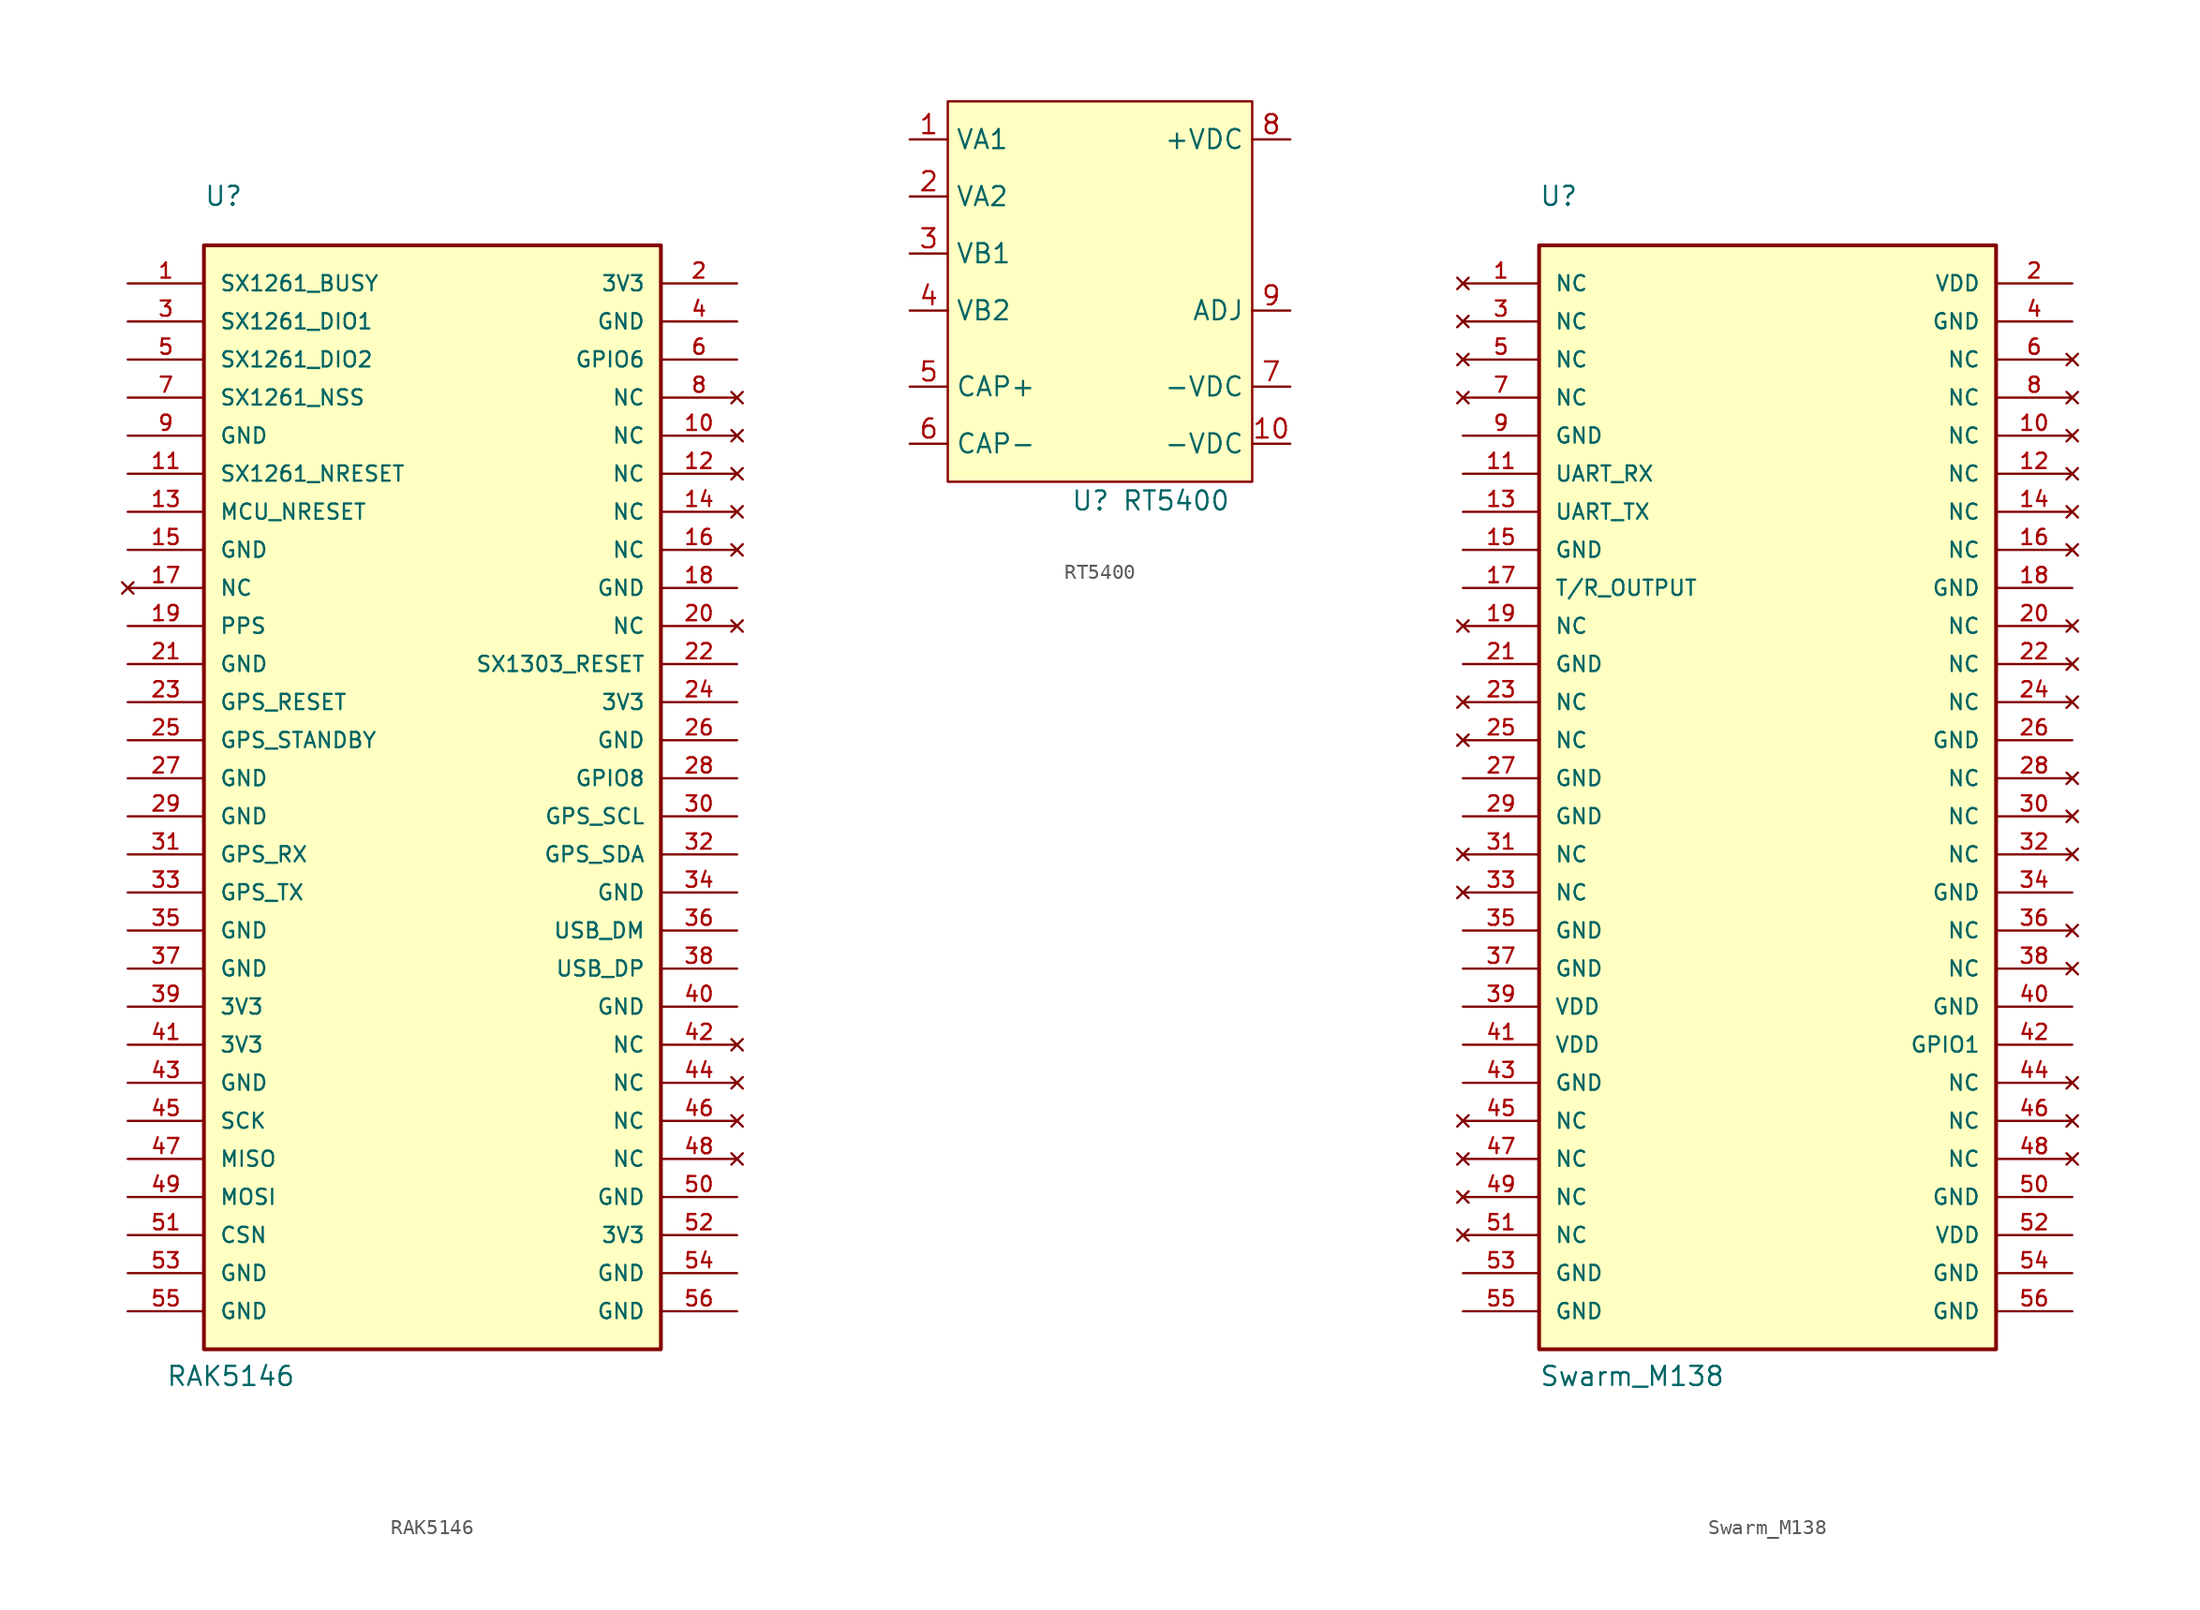
<source format=kicad_sym>
(kicad_symbol_lib
  (version 20220914)
  (generator kicad_symbol_editor)
  (symbol "RAK5146"
    (pin_names
      (offset 1.016))
    (property "Reference" "U"
      (at -15.24 38.1 0)
      (effects (font (size 1.27 1.27)) (justify left bottom)))
    (property "Value" "RAK5146"
      (at -17.78 -40.64 0)
      (effects (font (size 1.27 1.27)) (justify left bottom)))
    (symbol "RAK5146_0_0"
      (rectangle (start -15.24 35.56) (end 15.24 -38.1) (stroke (width 0.254) (type default)) (fill (type background)))
      (pin output line (at -20.32 33.02 0) (length 5.08) (name "SX1261_BUSY" (effects (font (size 1.016 1.016)))) (number "1" (effects (font (size 1.016 1.016)))))
      (pin no_connect line (at 20.32 22.86 180) (length 5.08) (name "NC" (effects (font (size 1.016 1.016)))) (number "10" (effects (font (size 1.016 1.016)))))
      (pin input line (at -20.32 20.32 0) (length 5.08) (name "SX1261_NRESET" (effects (font (size 1.016 1.016)))) (number "11" (effects (font (size 1.016 1.016)))))
      (pin no_connect line (at 20.32 20.32 180) (length 5.08) (name "NC" (effects (font (size 1.016 1.016)))) (number "12" (effects (font (size 1.016 1.016)))))
      (pin input line (at -20.32 17.78 0) (length 5.08) (name "MCU_NRESET" (effects (font (size 1.016 1.016)))) (number "13" (effects (font (size 1.016 1.016)))))
      (pin no_connect line (at 20.32 17.78 180) (length 5.08) (name "NC" (effects (font (size 1.016 1.016)))) (number "14" (effects (font (size 1.016 1.016)))))
      (pin power_in line (at -20.32 15.24 0) (length 5.08) (name "GND" (effects (font (size 1.016 1.016)))) (number "15" (effects (font (size 1.016 1.016)))))
      (pin no_connect line (at 20.32 15.24 180) (length 5.08) (name "NC" (effects (font (size 1.016 1.016)))) (number "16" (effects (font (size 1.016 1.016)))))
      (pin no_connect line (at -20.32 12.7 0) (length 5.08) (name "NC" (effects (font (size 1.016 1.016)))) (number "17" (effects (font (size 1.016 1.016)))))
      (pin power_in line (at 20.32 12.7 180) (length 5.08) (name "GND" (effects (font (size 1.016 1.016)))) (number "18" (effects (font (size 1.016 1.016)))))
      (pin output line (at -20.32 10.16 0) (length 5.08) (name "PPS" (effects (font (size 1.016 1.016)))) (number "19" (effects (font (size 1.016 1.016)))))
      (pin power_in line (at 20.32 33.02 180) (length 5.08) (name "3V3" (effects (font (size 1.016 1.016)))) (number "2" (effects (font (size 1.016 1.016)))))
      (pin no_connect line (at 20.32 10.16 180) (length 5.08) (name "NC" (effects (font (size 1.016 1.016)))) (number "20" (effects (font (size 1.016 1.016)))))
      (pin power_in line (at -20.32 7.62 0) (length 5.08) (name "GND" (effects (font (size 1.016 1.016)))) (number "21" (effects (font (size 1.016 1.016)))))
      (pin input line (at 20.32 7.62 180) (length 5.08) (name "SX1303_RESET" (effects (font (size 1.016 1.016)))) (number "22" (effects (font (size 1.016 1.016)))))
      (pin input line (at -20.32 5.08 0) (length 5.08) (name "GPS_RESET" (effects (font (size 1.016 1.016)))) (number "23" (effects (font (size 1.016 1.016)))))
      (pin power_in line (at 20.32 5.08 180) (length 5.08) (name "3V3" (effects (font (size 1.016 1.016)))) (number "24" (effects (font (size 1.016 1.016)))))
      (pin input line (at -20.32 2.54 0) (length 5.08) (name "GPS_STANDBY" (effects (font (size 1.016 1.016)))) (number "25" (effects (font (size 1.016 1.016)))))
      (pin power_in line (at 20.32 2.54 180) (length 5.08) (name "GND" (effects (font (size 1.016 1.016)))) (number "26" (effects (font (size 1.016 1.016)))))
      (pin power_in line (at -20.32 0 0) (length 5.08) (name "GND" (effects (font (size 1.016 1.016)))) (number "27" (effects (font (size 1.016 1.016)))))
      (pin bidirectional line (at 20.32 0 180) (length 5.08) (name "GPIO8" (effects (font (size 1.016 1.016)))) (number "28" (effects (font (size 1.016 1.016)))))
      (pin power_in line (at -20.32 -2.54 0) (length 5.08) (name "GND" (effects (font (size 1.016 1.016)))) (number "29" (effects (font (size 1.016 1.016)))))
      (pin bidirectional line (at -20.32 30.48 0) (length 5.08) (name "SX1261_DIO1" (effects (font (size 1.016 1.016)))) (number "3" (effects (font (size 1.016 1.016)))))
      (pin bidirectional line (at 20.32 -2.54 180) (length 5.08) (name "GPS_SCL" (effects (font (size 1.016 1.016)))) (number "30" (effects (font (size 1.016 1.016)))))
      (pin bidirectional line (at -20.32 -5.08 0) (length 5.08) (name "GPS_RX" (effects (font (size 1.016 1.016)))) (number "31" (effects (font (size 1.016 1.016)))))
      (pin bidirectional line (at 20.32 -5.08 180) (length 5.08) (name "GPS_SDA" (effects (font (size 1.016 1.016)))) (number "32" (effects (font (size 1.016 1.016)))))
      (pin bidirectional line (at -20.32 -7.62 0) (length 5.08) (name "GPS_TX" (effects (font (size 1.016 1.016)))) (number "33" (effects (font (size 1.016 1.016)))))
      (pin power_in line (at 20.32 -7.62 180) (length 5.08) (name "GND" (effects (font (size 1.016 1.016)))) (number "34" (effects (font (size 1.016 1.016)))))
      (pin power_in line (at -20.32 -10.16 0) (length 5.08) (name "GND" (effects (font (size 1.016 1.016)))) (number "35" (effects (font (size 1.016 1.016)))))
      (pin bidirectional line (at 20.32 -10.16 180) (length 5.08) (name "USB_DM" (effects (font (size 1.016 1.016)))) (number "36" (effects (font (size 1.016 1.016)))))
      (pin power_in line (at -20.32 -12.7 0) (length 5.08) (name "GND" (effects (font (size 1.016 1.016)))) (number "37" (effects (font (size 1.016 1.016)))))
      (pin bidirectional line (at 20.32 -12.7 180) (length 5.08) (name "USB_DP" (effects (font (size 1.016 1.016)))) (number "38" (effects (font (size 1.016 1.016)))))
      (pin power_in line (at -20.32 -15.24 0) (length 5.08) (name "3V3" (effects (font (size 1.016 1.016)))) (number "39" (effects (font (size 1.016 1.016)))))
      (pin power_in line (at 20.32 30.48 180) (length 5.08) (name "GND" (effects (font (size 1.016 1.016)))) (number "4" (effects (font (size 1.016 1.016)))))
      (pin power_in line (at 20.32 -15.24 180) (length 5.08) (name "GND" (effects (font (size 1.016 1.016)))) (number "40" (effects (font (size 1.016 1.016)))))
      (pin power_in line (at -20.32 -17.78 0) (length 5.08) (name "3V3" (effects (font (size 1.016 1.016)))) (number "41" (effects (font (size 1.016 1.016)))))
      (pin no_connect line (at 20.32 -17.78 180) (length 5.08) (name "NC" (effects (font (size 1.016 1.016)))) (number "42" (effects (font (size 1.016 1.016)))))
      (pin power_in line (at -20.32 -20.32 0) (length 5.08) (name "GND" (effects (font (size 1.016 1.016)))) (number "43" (effects (font (size 1.016 1.016)))))
      (pin no_connect line (at 20.32 -20.32 180) (length 5.08) (name "NC" (effects (font (size 1.016 1.016)))) (number "44" (effects (font (size 1.016 1.016)))))
      (pin bidirectional line (at -20.32 -22.86 0) (length 5.08) (name "SCK" (effects (font (size 1.016 1.016)))) (number "45" (effects (font (size 1.016 1.016)))))
      (pin no_connect line (at 20.32 -22.86 180) (length 5.08) (name "NC" (effects (font (size 1.016 1.016)))) (number "46" (effects (font (size 1.016 1.016)))))
      (pin bidirectional line (at -20.32 -25.4 0) (length 5.08) (name "MISO" (effects (font (size 1.016 1.016)))) (number "47" (effects (font (size 1.016 1.016)))))
      (pin no_connect line (at 20.32 -25.4 180) (length 5.08) (name "NC" (effects (font (size 1.016 1.016)))) (number "48" (effects (font (size 1.016 1.016)))))
      (pin bidirectional line (at -20.32 -27.94 0) (length 5.08) (name "MOSI" (effects (font (size 1.016 1.016)))) (number "49" (effects (font (size 1.016 1.016)))))
      (pin bidirectional line (at -20.32 27.94 0) (length 5.08) (name "SX1261_DIO2" (effects (font (size 1.016 1.016)))) (number "5" (effects (font (size 1.016 1.016)))))
      (pin power_in line (at 20.32 -27.94 180) (length 5.08) (name "GND" (effects (font (size 1.016 1.016)))) (number "50" (effects (font (size 1.016 1.016)))))
      (pin bidirectional line (at -20.32 -30.48 0) (length 5.08) (name "CSN" (effects (font (size 1.016 1.016)))) (number "51" (effects (font (size 1.016 1.016)))))
      (pin power_in line (at 20.32 -30.48 180) (length 5.08) (name "3V3" (effects (font (size 1.016 1.016)))) (number "52" (effects (font (size 1.016 1.016)))))
      (pin passive line (at -20.32 -33.02 0) (length 5.08) (name "GND" (effects (font (size 1.016 1.016)))) (number "53" (effects (font (size 1.016 1.016)))))
      (pin passive line (at 20.32 -33.02 180) (length 5.08) (name "GND" (effects (font (size 1.016 1.016)))) (number "54" (effects (font (size 1.016 1.016)))))
      (pin passive line (at -20.32 -35.56 0) (length 5.08) (name "GND" (effects (font (size 1.016 1.016)))) (number "55" (effects (font (size 1.016 1.016)))))
      (pin passive line (at 20.32 -35.56 180) (length 5.08) (name "GND" (effects (font (size 1.016 1.016)))) (number "56" (effects (font (size 1.016 1.016)))))
      (pin bidirectional line (at 20.32 27.94 180) (length 5.08) (name "GPIO6" (effects (font (size 1.016 1.016)))) (number "6" (effects (font (size 1.016 1.016)))))
      (pin input line (at -20.32 25.4 0) (length 5.08) (name "SX1261_NSS" (effects (font (size 1.016 1.016)))) (number "7" (effects (font (size 1.016 1.016)))))
      (pin no_connect line (at 20.32 25.4 180) (length 5.08) (name "NC" (effects (font (size 1.016 1.016)))) (number "8" (effects (font (size 1.016 1.016)))))
      (pin power_in line (at -20.32 22.86 0) (length 5.08) (name "GND" (effects (font (size 1.016 1.016)))) (number "9" (effects (font (size 1.016 1.016)))))))
  (symbol "RT5400"
    (property "Reference" "U"
      (at -0.635 -13.97 0)
      (effects (font (size 1.27 1.27))))
    (property "Value" "RT5400"
      (at 5.08 -13.97 0)
      (effects (font (size 1.27 1.27))))
    (symbol "RT5400_0_1"
      (rectangle (start -10.16 12.7) (end 10.16 -12.7) (stroke (width 0) (type default)) (fill (type background))))
    (symbol "RT5400_1_1"
      (pin power_in line (at -12.7 10.16 0) (length 2.54) (name "VA1" (effects (font (size 1.27 1.27)))) (number "1" (effects (font (size 1.27 1.27)))))
      (pin power_out line (at 12.7 -10.16 180) (length 2.54) (name "-VDC" (effects (font (size 1.27 1.27)))) (number "10" (effects (font (size 1.27 1.27)))))
      (pin power_in line (at -12.7 6.35 0) (length 2.54) (name "VA2" (effects (font (size 1.27 1.27)))) (number "2" (effects (font (size 1.27 1.27)))))
      (pin power_in line (at -12.7 2.54 0) (length 2.54) (name "VB1" (effects (font (size 1.27 1.27)))) (number "3" (effects (font (size 1.27 1.27)))))
      (pin power_in line (at -12.7 -1.27 0) (length 2.54) (name "VB2" (effects (font (size 1.27 1.27)))) (number "4" (effects (font (size 1.27 1.27)))))
      (pin power_in line (at -12.7 -6.35 0) (length 2.54) (name "CAP+" (effects (font (size 1.27 1.27)))) (number "5" (effects (font (size 1.27 1.27)))))
      (pin power_in line (at -12.7 -10.16 0) (length 2.54) (name "CAP-" (effects (font (size 1.27 1.27)))) (number "6" (effects (font (size 1.27 1.27)))))
      (pin power_out line (at 12.7 -6.35 180) (length 2.54) (name "-VDC" (effects (font (size 1.27 1.27)))) (number "7" (effects (font (size 1.27 1.27)))))
      (pin power_out line (at 12.7 10.16 180) (length 2.54) (name "+VDC" (effects (font (size 1.27 1.27)))) (number "8" (effects (font (size 1.27 1.27)))))
      (pin input line (at 12.7 -1.27 180) (length 2.54) (name "ADJ" (effects (font (size 1.27 1.27)))) (number "9" (effects (font (size 1.27 1.27)))))))
  (symbol "Swarm_M138"
    (pin_names
      (offset 1.016))
    (property "Reference" "U"
      (at -15.24 38.1 0)
      (effects (font (size 1.27 1.27)) (justify left bottom)))
    (property "Value" "Swarm_M138"
      (at -15.24 -40.64 0)
      (effects (font (size 1.27 1.27)) (justify left bottom)))
    (symbol "Swarm_M138_0_0"
      (rectangle (start -15.24 35.56) (end 15.24 -38.1) (stroke (width 0.254) (type default)) (fill (type background)))
      (pin no_connect line (at -20.32 33.02 0) (length 5.08) (name "NC" (effects (font (size 1.016 1.016)))) (number "1" (effects (font (size 1.016 1.016)))))
      (pin no_connect line (at 20.32 22.86 180) (length 5.08) (name "NC" (effects (font (size 1.016 1.016)))) (number "10" (effects (font (size 1.016 1.016)))))
      (pin bidirectional line (at -20.32 20.32 0) (length 5.08) (name "UART_RX" (effects (font (size 1.016 1.016)))) (number "11" (effects (font (size 1.016 1.016)))))
      (pin no_connect line (at 20.32 20.32 180) (length 5.08) (name "NC" (effects (font (size 1.016 1.016)))) (number "12" (effects (font (size 1.016 1.016)))))
      (pin bidirectional line (at -20.32 17.78 0) (length 5.08) (name "UART_TX" (effects (font (size 1.016 1.016)))) (number "13" (effects (font (size 1.016 1.016)))))
      (pin no_connect line (at 20.32 17.78 180) (length 5.08) (name "NC" (effects (font (size 1.016 1.016)))) (number "14" (effects (font (size 1.016 1.016)))))
      (pin power_in line (at -20.32 15.24 0) (length 5.08) (name "GND" (effects (font (size 1.016 1.016)))) (number "15" (effects (font (size 1.016 1.016)))))
      (pin no_connect line (at 20.32 15.24 180) (length 5.08) (name "NC" (effects (font (size 1.016 1.016)))) (number "16" (effects (font (size 1.016 1.016)))))
      (pin passive line (at -20.32 12.7 0) (length 5.08) (name "T/R_OUTPUT" (effects (font (size 1.016 1.016)))) (number "17" (effects (font (size 1.016 1.016)))))
      (pin power_in line (at 20.32 12.7 180) (length 5.08) (name "GND" (effects (font (size 1.016 1.016)))) (number "18" (effects (font (size 1.016 1.016)))))
      (pin no_connect line (at -20.32 10.16 0) (length 5.08) (name "NC" (effects (font (size 1.016 1.016)))) (number "19" (effects (font (size 1.016 1.016)))))
      (pin power_in line (at 20.32 33.02 180) (length 5.08) (name "VDD" (effects (font (size 1.016 1.016)))) (number "2" (effects (font (size 1.016 1.016)))))
      (pin no_connect line (at 20.32 10.16 180) (length 5.08) (name "NC" (effects (font (size 1.016 1.016)))) (number "20" (effects (font (size 1.016 1.016)))))
      (pin power_in line (at -20.32 7.62 0) (length 5.08) (name "GND" (effects (font (size 1.016 1.016)))) (number "21" (effects (font (size 1.016 1.016)))))
      (pin no_connect line (at 20.32 7.62 180) (length 5.08) (name "NC" (effects (font (size 1.016 1.016)))) (number "22" (effects (font (size 1.016 1.016)))))
      (pin no_connect line (at -20.32 5.08 0) (length 5.08) (name "NC" (effects (font (size 1.016 1.016)))) (number "23" (effects (font (size 1.016 1.016)))))
      (pin no_connect line (at 20.32 5.08 180) (length 5.08) (name "NC" (effects (font (size 1.016 1.016)))) (number "24" (effects (font (size 1.016 1.016)))))
      (pin no_connect line (at -20.32 2.54 0) (length 5.08) (name "NC" (effects (font (size 1.016 1.016)))) (number "25" (effects (font (size 1.016 1.016)))))
      (pin power_in line (at 20.32 2.54 180) (length 5.08) (name "GND" (effects (font (size 1.016 1.016)))) (number "26" (effects (font (size 1.016 1.016)))))
      (pin power_in line (at -20.32 0 0) (length 5.08) (name "GND" (effects (font (size 1.016 1.016)))) (number "27" (effects (font (size 1.016 1.016)))))
      (pin no_connect line (at 20.32 0 180) (length 5.08) (name "NC" (effects (font (size 1.016 1.016)))) (number "28" (effects (font (size 1.016 1.016)))))
      (pin power_in line (at -20.32 -2.54 0) (length 5.08) (name "GND" (effects (font (size 1.016 1.016)))) (number "29" (effects (font (size 1.016 1.016)))))
      (pin no_connect line (at -20.32 30.48 0) (length 5.08) (name "NC" (effects (font (size 1.016 1.016)))) (number "3" (effects (font (size 1.016 1.016)))))
      (pin no_connect line (at 20.32 -2.54 180) (length 5.08) (name "NC" (effects (font (size 1.016 1.016)))) (number "30" (effects (font (size 1.016 1.016)))))
      (pin no_connect line (at -20.32 -5.08 0) (length 5.08) (name "NC" (effects (font (size 1.016 1.016)))) (number "31" (effects (font (size 1.016 1.016)))))
      (pin no_connect line (at 20.32 -5.08 180) (length 5.08) (name "NC" (effects (font (size 1.016 1.016)))) (number "32" (effects (font (size 1.016 1.016)))))
      (pin no_connect line (at -20.32 -7.62 0) (length 5.08) (name "NC" (effects (font (size 1.016 1.016)))) (number "33" (effects (font (size 1.016 1.016)))))
      (pin power_in line (at 20.32 -7.62 180) (length 5.08) (name "GND" (effects (font (size 1.016 1.016)))) (number "34" (effects (font (size 1.016 1.016)))))
      (pin power_in line (at -20.32 -10.16 0) (length 5.08) (name "GND" (effects (font (size 1.016 1.016)))) (number "35" (effects (font (size 1.016 1.016)))))
      (pin no_connect line (at 20.32 -10.16 180) (length 5.08) (name "NC" (effects (font (size 1.016 1.016)))) (number "36" (effects (font (size 1.016 1.016)))))
      (pin power_in line (at -20.32 -12.7 0) (length 5.08) (name "GND" (effects (font (size 1.016 1.016)))) (number "37" (effects (font (size 1.016 1.016)))))
      (pin no_connect line (at 20.32 -12.7 180) (length 5.08) (name "NC" (effects (font (size 1.016 1.016)))) (number "38" (effects (font (size 1.016 1.016)))))
      (pin power_in line (at -20.32 -15.24 0) (length 5.08) (name "VDD" (effects (font (size 1.016 1.016)))) (number "39" (effects (font (size 1.016 1.016)))))
      (pin power_in line (at 20.32 30.48 180) (length 5.08) (name "GND" (effects (font (size 1.016 1.016)))) (number "4" (effects (font (size 1.016 1.016)))))
      (pin power_in line (at 20.32 -15.24 180) (length 5.08) (name "GND" (effects (font (size 1.016 1.016)))) (number "40" (effects (font (size 1.016 1.016)))))
      (pin power_in line (at -20.32 -17.78 0) (length 5.08) (name "VDD" (effects (font (size 1.016 1.016)))) (number "41" (effects (font (size 1.016 1.016)))))
      (pin bidirectional line (at 20.32 -17.78 180) (length 5.08) (name "GPIO1" (effects (font (size 1.016 1.016)))) (number "42" (effects (font (size 1.016 1.016)))))
      (pin power_in line (at -20.32 -20.32 0) (length 5.08) (name "GND" (effects (font (size 1.016 1.016)))) (number "43" (effects (font (size 1.016 1.016)))))
      (pin no_connect line (at 20.32 -20.32 180) (length 5.08) (name "NC" (effects (font (size 1.016 1.016)))) (number "44" (effects (font (size 1.016 1.016)))))
      (pin no_connect line (at -20.32 -22.86 0) (length 5.08) (name "NC" (effects (font (size 1.016 1.016)))) (number "45" (effects (font (size 1.016 1.016)))))
      (pin no_connect line (at 20.32 -22.86 180) (length 5.08) (name "NC" (effects (font (size 1.016 1.016)))) (number "46" (effects (font (size 1.016 1.016)))))
      (pin no_connect line (at -20.32 -25.4 0) (length 5.08) (name "NC" (effects (font (size 1.016 1.016)))) (number "47" (effects (font (size 1.016 1.016)))))
      (pin no_connect line (at 20.32 -25.4 180) (length 5.08) (name "NC" (effects (font (size 1.016 1.016)))) (number "48" (effects (font (size 1.016 1.016)))))
      (pin no_connect line (at -20.32 -27.94 0) (length 5.08) (name "NC" (effects (font (size 1.016 1.016)))) (number "49" (effects (font (size 1.016 1.016)))))
      (pin no_connect line (at -20.32 27.94 0) (length 5.08) (name "NC" (effects (font (size 1.016 1.016)))) (number "5" (effects (font (size 1.016 1.016)))))
      (pin power_in line (at 20.32 -27.94 180) (length 5.08) (name "GND" (effects (font (size 1.016 1.016)))) (number "50" (effects (font (size 1.016 1.016)))))
      (pin no_connect line (at -20.32 -30.48 0) (length 5.08) (name "NC" (effects (font (size 1.016 1.016)))) (number "51" (effects (font (size 1.016 1.016)))))
      (pin power_in line (at 20.32 -30.48 180) (length 5.08) (name "VDD" (effects (font (size 1.016 1.016)))) (number "52" (effects (font (size 1.016 1.016)))))
      (pin passive line (at -20.32 -33.02 0) (length 5.08) (name "GND" (effects (font (size 1.016 1.016)))) (number "53" (effects (font (size 1.016 1.016)))))
      (pin passive line (at 20.32 -33.02 180) (length 5.08) (name "GND" (effects (font (size 1.016 1.016)))) (number "54" (effects (font (size 1.016 1.016)))))
      (pin passive line (at -20.32 -35.56 0) (length 5.08) (name "GND" (effects (font (size 1.016 1.016)))) (number "55" (effects (font (size 1.016 1.016)))))
      (pin passive line (at 20.32 -35.56 180) (length 5.08) (name "GND" (effects (font (size 1.016 1.016)))) (number "56" (effects (font (size 1.016 1.016)))))
      (pin no_connect line (at 20.32 27.94 180) (length 5.08) (name "NC" (effects (font (size 1.016 1.016)))) (number "6" (effects (font (size 1.016 1.016)))))
      (pin no_connect line (at -20.32 25.4 0) (length 5.08) (name "NC" (effects (font (size 1.016 1.016)))) (number "7" (effects (font (size 1.016 1.016)))))
      (pin no_connect line (at 20.32 25.4 180) (length 5.08) (name "NC" (effects (font (size 1.016 1.016)))) (number "8" (effects (font (size 1.016 1.016)))))
      (pin power_in line (at -20.32 22.86 0) (length 5.08) (name "GND" (effects (font (size 1.016 1.016)))) (number "9" (effects (font (size 1.016 1.016))))))))
</source>
